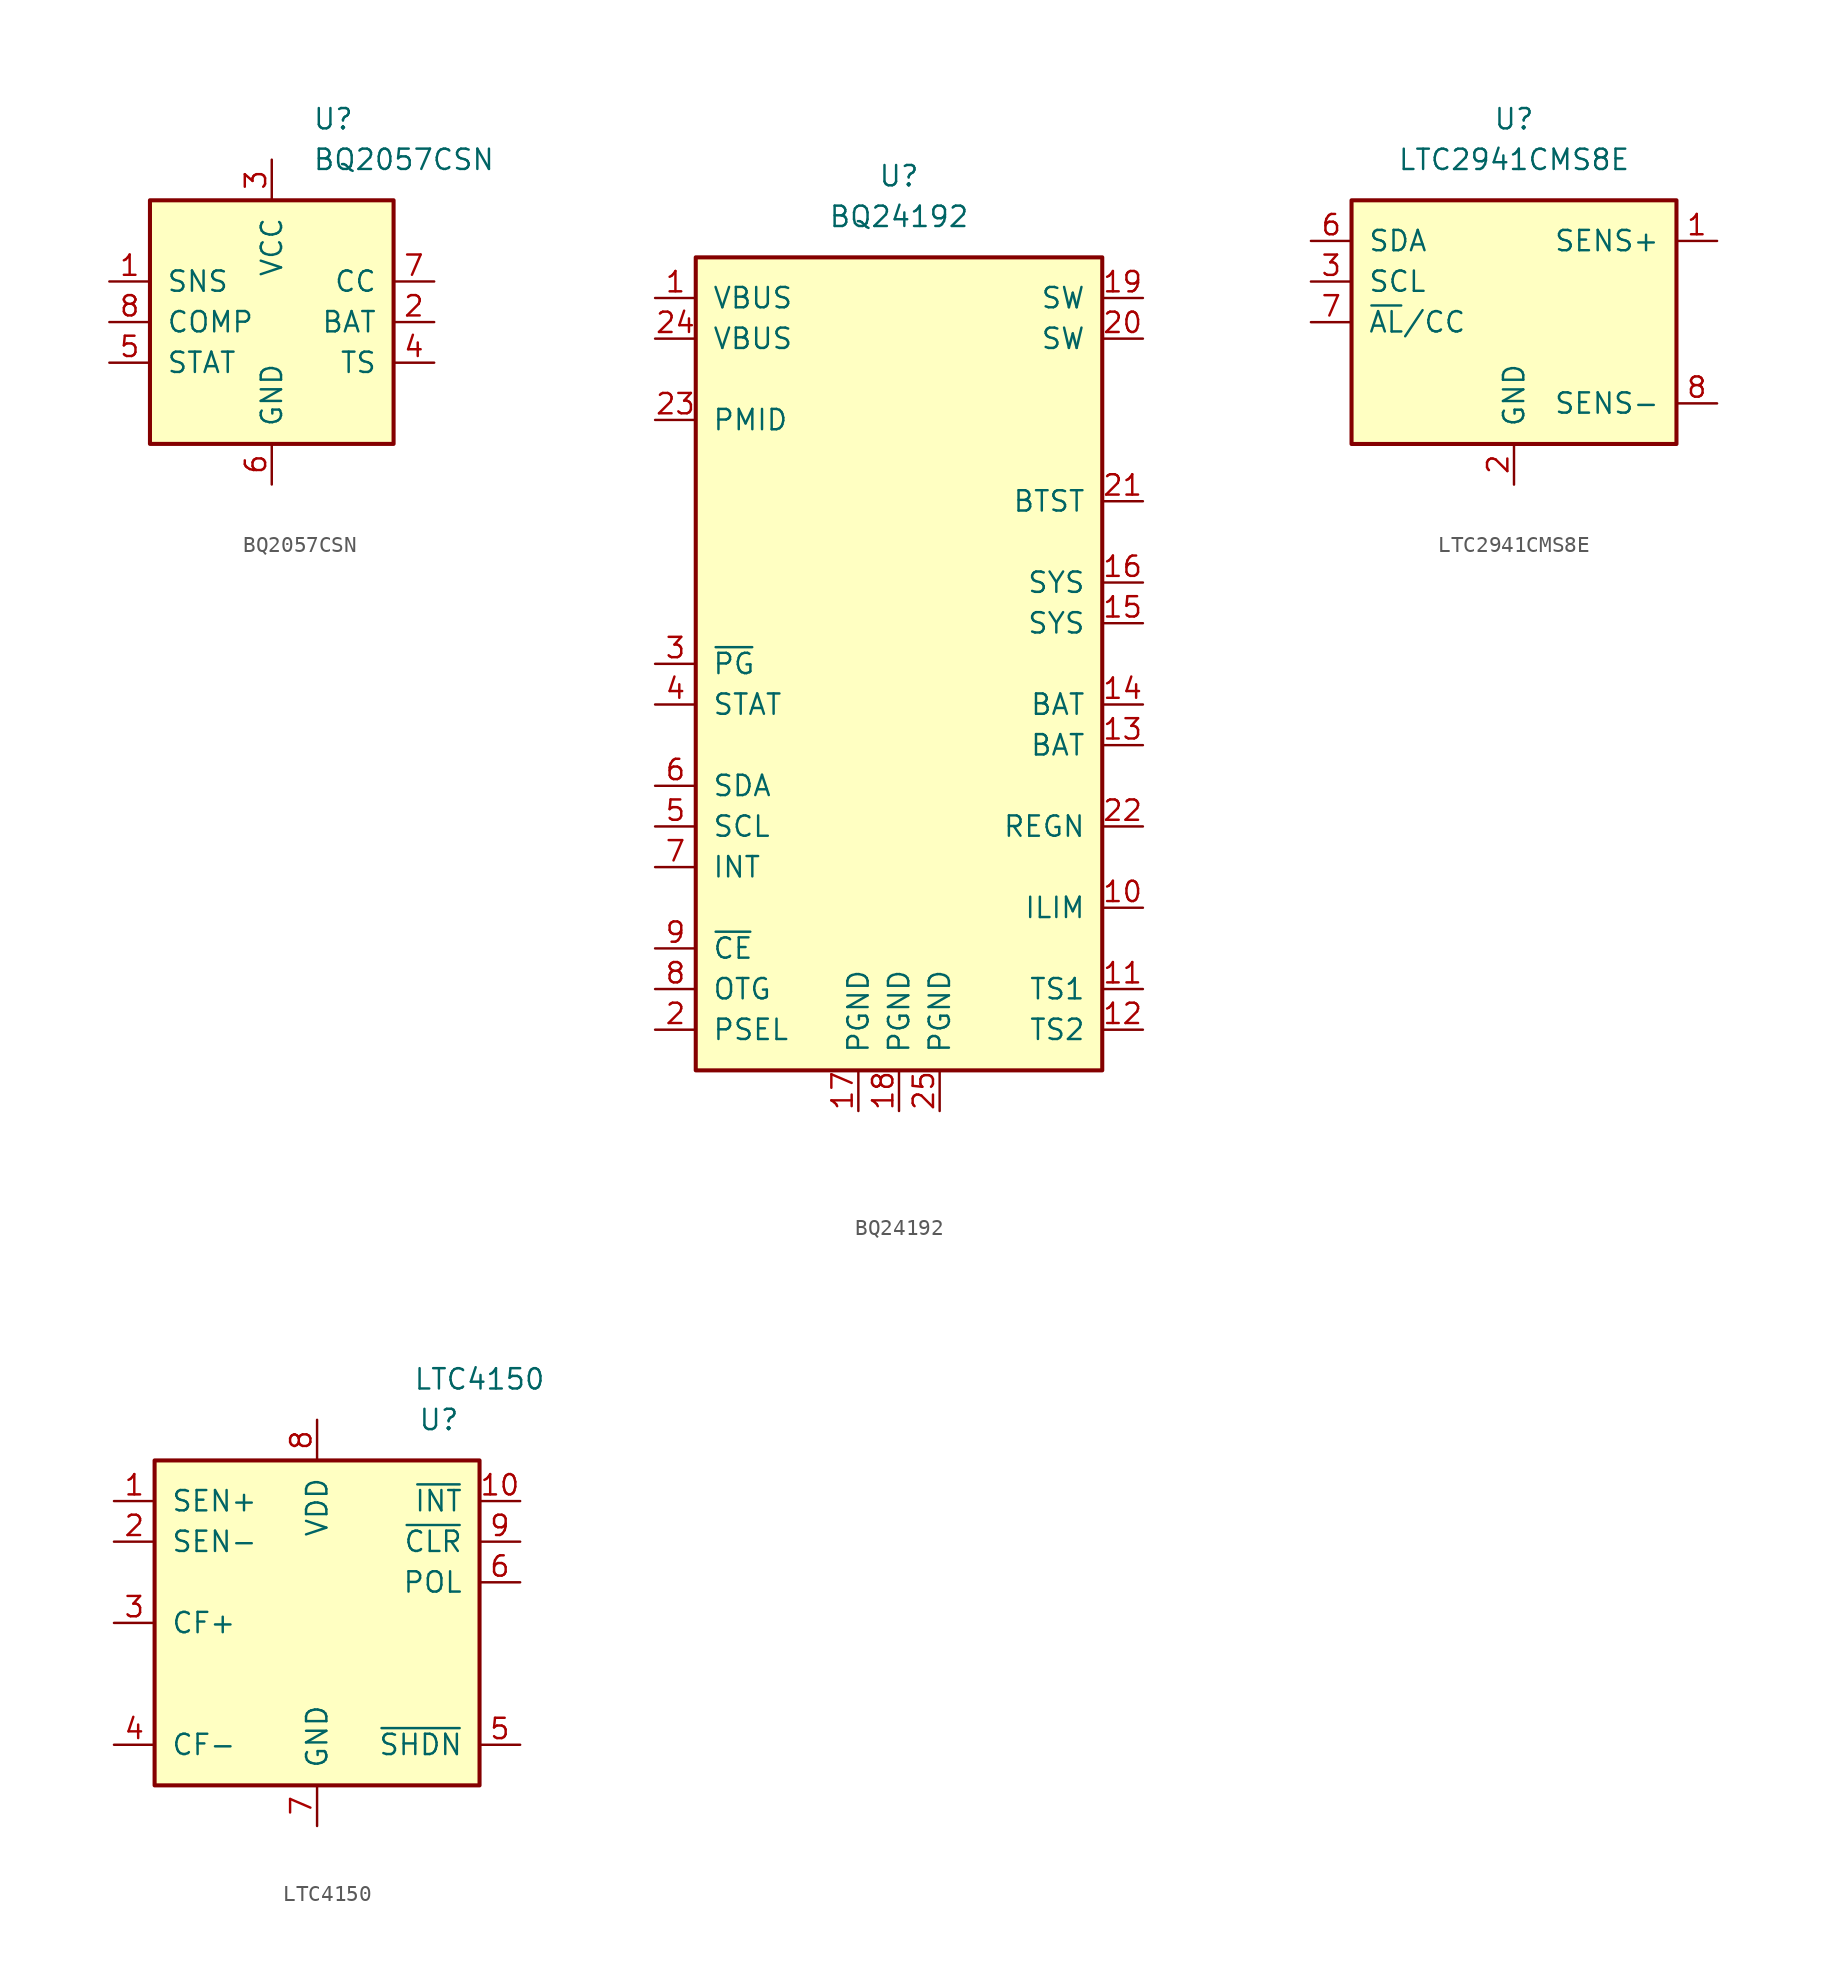
<source format=kicad_sym>
(kicad_symbol_lib
  (version 20201005)
  (generator kicad_symbol_editor)
  (symbol "BQ2057CSN"
    (pin_names
      (offset 1.016))
    (property "Reference" "U"
      (at 2.54 12.7 0)
      (effects (font (size 1.27 1.27)) (justify left)))
    (property "Value" "BQ2057CSN"
      (at 2.54 10.16 0)
      (effects (font (size 1.27 1.27)) (justify left)))
    (symbol "BQ2057CSN_0_1"
      (rectangle (start 7.62 7.62) (end -7.62 -7.62) (stroke (width 0.254)) (fill (type background))))
    (symbol "BQ2057CSN_1_1"
      (pin input line (at -10.16 2.54 0) (length 2.54) (name "SNS" (effects (font (size 1.27 1.27)))) (number "1" (effects (font (size 1.27 1.27)))))
      (pin input line (at 10.16 0 180) (length 2.54) (name "BAT" (effects (font (size 1.27 1.27)))) (number "2" (effects (font (size 1.27 1.27)))))
      (pin power_in line (at 0 10.16 270) (length 2.54) (name "VCC" (effects (font (size 1.27 1.27)))) (number "3" (effects (font (size 1.27 1.27)))))
      (pin input line (at 10.16 -2.54 180) (length 2.54) (name "TS" (effects (font (size 1.27 1.27)))) (number "4" (effects (font (size 1.27 1.27)))))
      (pin output line (at -10.16 -2.54 0) (length 2.54) (name "STAT" (effects (font (size 1.27 1.27)))) (number "5" (effects (font (size 1.27 1.27)))))
      (pin power_in line (at 0 -10.16 90) (length 2.54) (name "GND" (effects (font (size 1.27 1.27)))) (number "6" (effects (font (size 1.27 1.27)))))
      (pin output line (at 10.16 2.54 180) (length 2.54) (name "CC" (effects (font (size 1.27 1.27)))) (number "7" (effects (font (size 1.27 1.27)))))
      (pin input line (at -10.16 0 0) (length 2.54) (name "COMP" (effects (font (size 1.27 1.27)))) (number "8" (effects (font (size 1.27 1.27)))))))
  (symbol "BQ24192"
    (pin_names
      (offset 1.016))
    (property "Reference" "U"
      (at 0 30.48 0)
      (effects (font (size 1.27 1.27))))
    (property "Value" "BQ24192"
      (at 0 27.94 0)
      (effects (font (size 1.27 1.27))))
    (symbol "BQ24192_0_1"
      (rectangle (start -12.7 25.4) (end 12.7 -25.4) (stroke (width 0.254)) (fill (type background))))
    (symbol "BQ24192_1_1"
      (pin power_in line (at -15.24 22.86 0) (length 2.54) (name "VBUS" (effects (font (size 1.27 1.27)))) (number "1" (effects (font (size 1.27 1.27)))))
      (pin input line (at 15.24 -15.24 180) (length 2.54) (name "ILIM" (effects (font (size 1.27 1.27)))) (number "10" (effects (font (size 1.27 1.27)))))
      (pin input line (at 15.24 -20.32 180) (length 2.54) (name "TS1" (effects (font (size 1.27 1.27)))) (number "11" (effects (font (size 1.27 1.27)))))
      (pin input line (at 15.24 -22.86 180) (length 2.54) (name "TS2" (effects (font (size 1.27 1.27)))) (number "12" (effects (font (size 1.27 1.27)))))
      (pin power_in line (at 15.24 -5.08 180) (length 2.54) (name "BAT" (effects (font (size 1.27 1.27)))) (number "13" (effects (font (size 1.27 1.27)))))
      (pin power_in line (at 15.24 -2.54 180) (length 2.54) (name "BAT" (effects (font (size 1.27 1.27)))) (number "14" (effects (font (size 1.27 1.27)))))
      (pin passive line (at 15.24 2.54 180) (length 2.54) (name "SYS" (effects (font (size 1.27 1.27)))) (number "15" (effects (font (size 1.27 1.27)))))
      (pin power_out line (at 15.24 5.08 180) (length 2.54) (name "SYS" (effects (font (size 1.27 1.27)))) (number "16" (effects (font (size 1.27 1.27)))))
      (pin power_in line (at -2.54 -27.94 90) (length 2.54) (name "PGND" (effects (font (size 1.27 1.27)))) (number "17" (effects (font (size 1.27 1.27)))))
      (pin power_in line (at 0 -27.94 90) (length 2.54) (name "PGND" (effects (font (size 1.27 1.27)))) (number "18" (effects (font (size 1.27 1.27)))))
      (pin output line (at 15.24 22.86 180) (length 2.54) (name "SW" (effects (font (size 1.27 1.27)))) (number "19" (effects (font (size 1.27 1.27)))))
      (pin input line (at -15.24 -22.86 0) (length 2.54) (name "PSEL" (effects (font (size 1.27 1.27)))) (number "2" (effects (font (size 1.27 1.27)))))
      (pin passive line (at 15.24 20.32 180) (length 2.54) (name "SW" (effects (font (size 1.27 1.27)))) (number "20" (effects (font (size 1.27 1.27)))))
      (pin power_out line (at 15.24 10.16 180) (length 2.54) (name "BTST" (effects (font (size 1.27 1.27)))) (number "21" (effects (font (size 1.27 1.27)))))
      (pin power_out line (at 15.24 -10.16 180) (length 2.54) (name "REGN" (effects (font (size 1.27 1.27)))) (number "22" (effects (font (size 1.27 1.27)))))
      (pin output line (at -15.24 15.24 0) (length 2.54) (name "PMID" (effects (font (size 1.27 1.27)))) (number "23" (effects (font (size 1.27 1.27)))))
      (pin power_in line (at -15.24 20.32 0) (length 2.54) (name "VBUS" (effects (font (size 1.27 1.27)))) (number "24" (effects (font (size 1.27 1.27)))))
      (pin power_in line (at 2.54 -27.94 90) (length 2.54) (name "PGND" (effects (font (size 1.27 1.27)))) (number "25" (effects (font (size 1.27 1.27)))))
      (pin output line (at -15.24 0 0) (length 2.54) (name "~PG" (effects (font (size 1.27 1.27)))) (number "3" (effects (font (size 1.27 1.27)))))
      (pin output line (at -15.24 -2.54 0) (length 2.54) (name "STAT" (effects (font (size 1.27 1.27)))) (number "4" (effects (font (size 1.27 1.27)))))
      (pin input line (at -15.24 -10.16 0) (length 2.54) (name "SCL" (effects (font (size 1.27 1.27)))) (number "5" (effects (font (size 1.27 1.27)))))
      (pin bidirectional line (at -15.24 -7.62 0) (length 2.54) (name "SDA" (effects (font (size 1.27 1.27)))) (number "6" (effects (font (size 1.27 1.27)))))
      (pin output line (at -15.24 -12.7 0) (length 2.54) (name "INT" (effects (font (size 1.27 1.27)))) (number "7" (effects (font (size 1.27 1.27)))))
      (pin input line (at -15.24 -20.32 0) (length 2.54) (name "OTG" (effects (font (size 1.27 1.27)))) (number "8" (effects (font (size 1.27 1.27)))))
      (pin input line (at -15.24 -17.78 0) (length 2.54) (name "~CE" (effects (font (size 1.27 1.27)))) (number "9" (effects (font (size 1.27 1.27)))))))
  (symbol "LTC2941CMS8E"
    (pin_names
      (offset 1.016))
    (property "Reference" "U"
      (at 0 12.7 0)
      (effects (font (size 1.27 1.27))))
    (property "Value" "LTC2941CMS8E"
      (at 0 10.16 0)
      (effects (font (size 1.27 1.27))))
    (symbol "LTC2941CMS8E_0_1"
      (rectangle (start -10.16 7.62) (end 10.16 -7.62) (stroke (width 0.254)) (fill (type background))))
    (symbol "LTC2941CMS8E_1_1"
      (pin power_in line (at 12.7 5.08 180) (length 2.54) (name "SENS+" (effects (font (size 1.27 1.27)))) (number "1" (effects (font (size 1.27 1.27)))))
      (pin power_in line (at 0 -10.16 90) (length 2.54) (name "GND" (effects (font (size 1.27 1.27)))) (number "2" (effects (font (size 1.27 1.27)))))
      (pin input line (at -12.7 2.54 0) (length 2.54) (name "SCL" (effects (font (size 1.27 1.27)))) (number "3" (effects (font (size 1.27 1.27)))))
      (pin unconnected line (at 12.7 2.54 180) (length 2.54) hide (name "NC" (effects (font (size 1.27 1.27)))) (number "4" (effects (font (size 1.27 1.27)))))
      (pin unconnected line (at 12.7 0 180) (length 2.54) hide (name "NC" (effects (font (size 1.27 1.27)))) (number "5" (effects (font (size 1.27 1.27)))))
      (pin bidirectional line (at -12.7 5.08 0) (length 2.54) (name "SDA" (effects (font (size 1.27 1.27)))) (number "6" (effects (font (size 1.27 1.27)))))
      (pin bidirectional line (at -12.7 0 0) (length 2.54) (name "~AL~/CC" (effects (font (size 1.27 1.27)))) (number "7" (effects (font (size 1.27 1.27)))))
      (pin input line (at 12.7 -5.08 180) (length 2.54) (name "SENS-" (effects (font (size 1.27 1.27)))) (number "8" (effects (font (size 1.27 1.27)))))
      (pin unconnected line (at 12.7 -2.54 180) (length 2.54) hide (name "NC" (effects (font (size 1.27 1.27)))) (number "9" (effects (font (size 1.27 1.27)))))))
  (symbol "LTC4150"
    (pin_names
      (offset 1.016))
    (property "Reference" "U"
      (at 7.62 12.7 0)
      (effects (font (size 1.27 1.27))))
    (property "Value" "LTC4150"
      (at 10.16 15.24 0)
      (effects (font (size 1.27 1.27))))
    (symbol "LTC4150_0_1"
      (rectangle (start -10.16 -10.16) (end 10.16 10.16) (stroke (width 0.254)) (fill (type background))))
    (symbol "LTC4150_1_1"
      (pin input line (at -12.7 7.62 0) (length 2.54) (name "SEN+" (effects (font (size 1.27 1.27)))) (number "1" (effects (font (size 1.27 1.27)))))
      (pin open_collector line (at 12.7 7.62 180) (length 2.54) (name "~INT" (effects (font (size 1.27 1.27)))) (number "10" (effects (font (size 1.27 1.27)))))
      (pin input line (at -12.7 5.08 0) (length 2.54) (name "SEN-" (effects (font (size 1.27 1.27)))) (number "2" (effects (font (size 1.27 1.27)))))
      (pin passive line (at -12.7 0 0) (length 2.54) (name "CF+" (effects (font (size 1.27 1.27)))) (number "3" (effects (font (size 1.27 1.27)))))
      (pin passive line (at -12.7 -7.62 0) (length 2.54) (name "CF-" (effects (font (size 1.27 1.27)))) (number "4" (effects (font (size 1.27 1.27)))))
      (pin input line (at 12.7 -7.62 180) (length 2.54) (name "~SHDN" (effects (font (size 1.27 1.27)))) (number "5" (effects (font (size 1.27 1.27)))))
      (pin open_collector line (at 12.7 2.54 180) (length 2.54) (name "POL" (effects (font (size 1.27 1.27)))) (number "6" (effects (font (size 1.27 1.27)))))
      (pin power_in line (at 0 -12.7 90) (length 2.54) (name "GND" (effects (font (size 1.27 1.27)))) (number "7" (effects (font (size 1.27 1.27)))))
      (pin power_in line (at 0 12.7 270) (length 2.54) (name "VDD" (effects (font (size 1.27 1.27)))) (number "8" (effects (font (size 1.27 1.27)))))
      (pin input line (at 12.7 5.08 180) (length 2.54) (name "~CLR" (effects (font (size 1.27 1.27)))) (number "9" (effects (font (size 1.27 1.27))))))))
</source>
